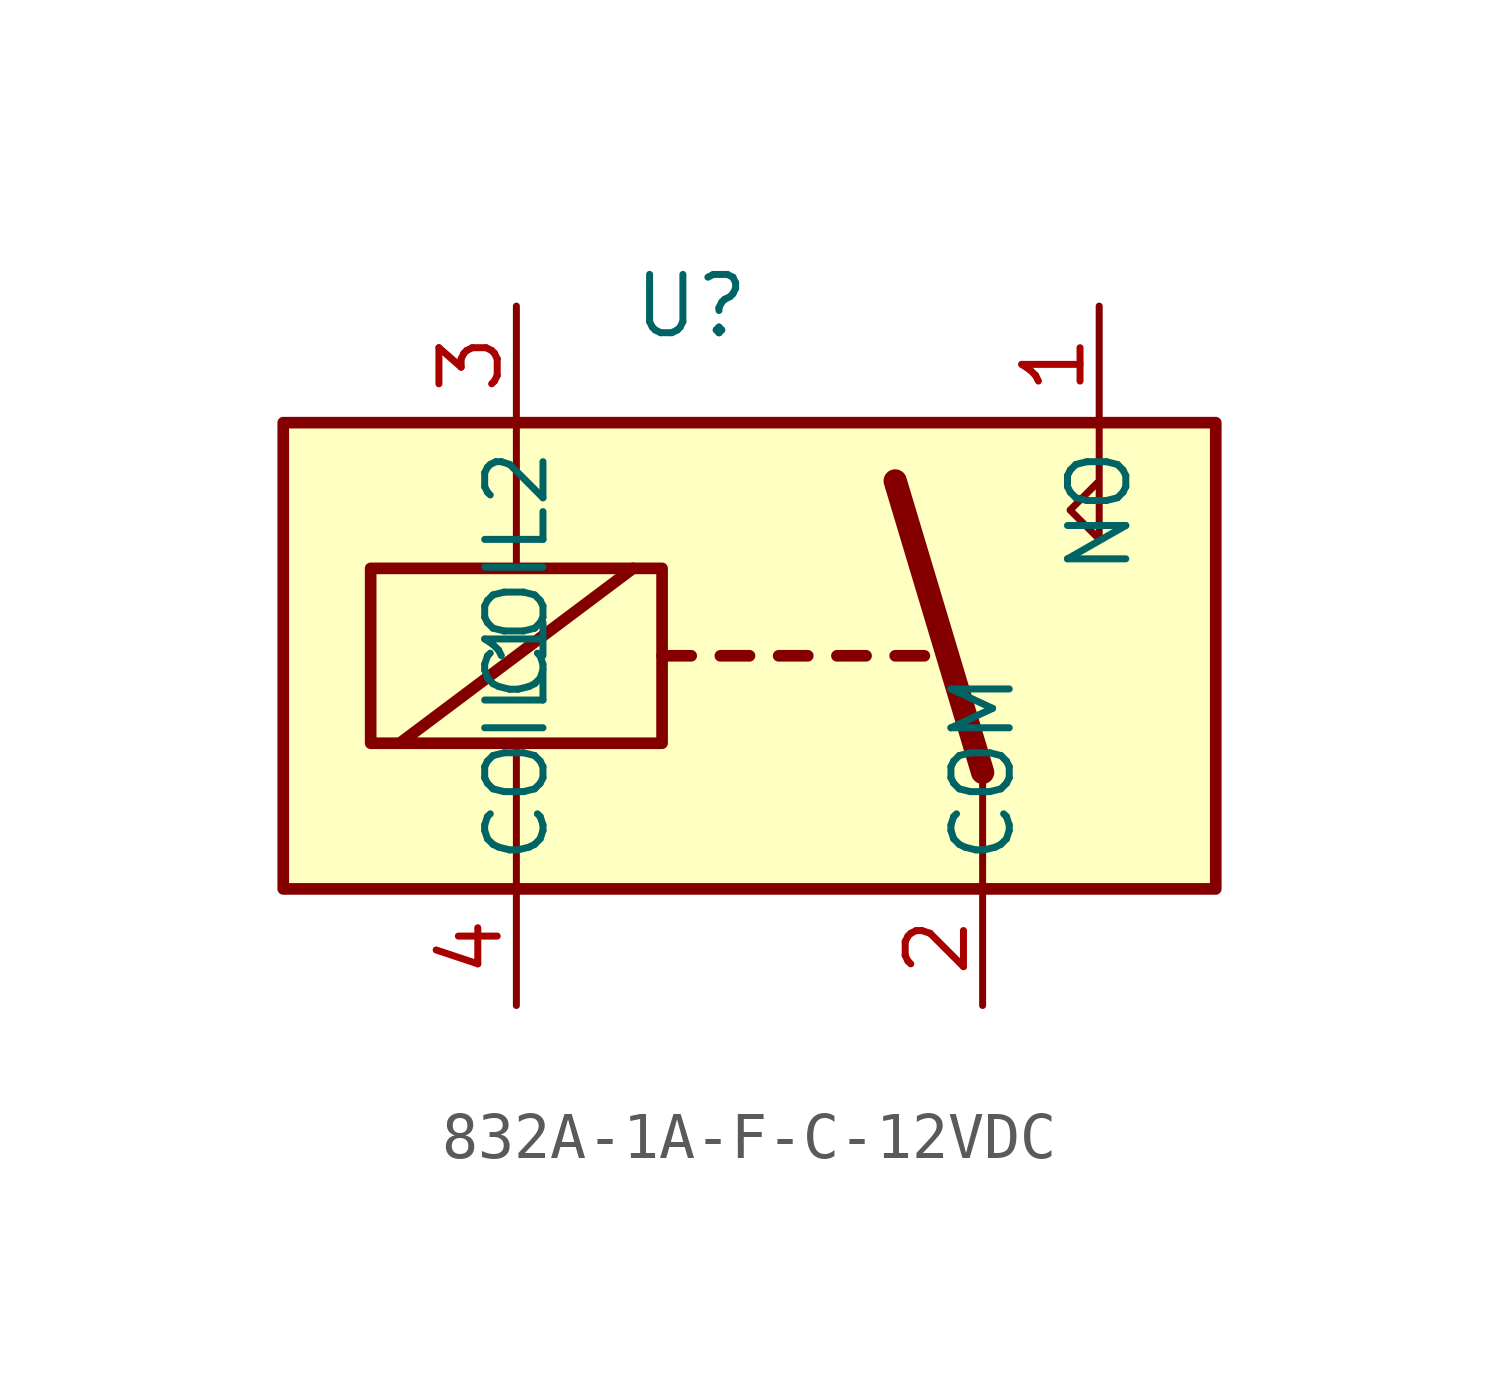
<source format=kicad_sym>
(kicad_symbol_lib
  (version 20220914)
  (generator kicad_symbol_editor)
  (symbol "832A-1A-F-C-12VDC"
    (property "Reference" "U"
      (at -1.27 7.62 0)
      (effects (font (size 1.27 1.27))))
    (property "Value" ""
      (at 0 0 0)
      (effects (font (size 1.27 1.27))))
    (symbol "832A-1A-F-C-12VDC_0_0"
      (polyline (pts (xy 7.62 5.08) (xy 7.62 2.54) (xy 6.985 3.175) (xy 7.62 3.81)) (stroke (width 0) (type default)) (fill (type none))))
    (symbol "832A-1A-F-C-12VDC_0_1"
      (rectangle (start -10.16 5.08) (end 10.16 -5.08) (stroke (width 0.254) (type default)) (fill (type background)))
      (rectangle (start -8.255 1.905) (end -1.905 -1.905) (stroke (width 0.254) (type default)) (fill (type none)))
      (polyline (pts (xy -7.62 -1.905) (xy -2.54 1.905)) (stroke (width 0.254) (type default)) (fill (type none)))
      (polyline (pts (xy -5.08 -5.08) (xy -5.08 -1.905)) (stroke (width 0) (type default)) (fill (type none)))
      (polyline (pts (xy -5.08 5.08) (xy -5.08 1.905)) (stroke (width 0) (type default)) (fill (type none)))
      (polyline (pts (xy -1.905 0) (xy -1.27 0)) (stroke (width 0.254) (type default)) (fill (type none)))
      (polyline (pts (xy -0.635 0) (xy 0 0)) (stroke (width 0.254) (type default)) (fill (type none)))
      (polyline (pts (xy 0.635 0) (xy 1.27 0)) (stroke (width 0.254) (type default)) (fill (type none)))
      (polyline (pts (xy 1.905 0) (xy 2.54 0)) (stroke (width 0.254) (type default)) (fill (type none)))
      (polyline (pts (xy 3.175 0) (xy 3.81 0)) (stroke (width 0.254) (type default)) (fill (type none)))
      (polyline (pts (xy 5.08 -2.54) (xy 3.175 3.81)) (stroke (width 0.508) (type default)) (fill (type none)))
      (polyline (pts (xy 5.08 -2.54) (xy 5.08 -5.08)) (stroke (width 0) (type default)) (fill (type none))))
    (symbol "832A-1A-F-C-12VDC_1_1"
      (pin passive line (at 7.62 7.62 270) (length 2.54) (name "NO" (effects (font (size 1.27 1.27)))) (number "1" (effects (font (size 1.27 1.27)))))
      (pin passive line (at 5.08 -7.62 90) (length 2.54) (name "COM" (effects (font (size 1.27 1.27)))) (number "2" (effects (font (size 1.27 1.27)))))
      (pin passive line (at -5.08 7.62 270) (length 2.54) (name "COIL2" (effects (font (size 1.27 1.27)))) (number "3" (effects (font (size 1.27 1.27)))))
      (pin passive line (at -5.08 -7.62 90) (length 2.54) (name "COIL1" (effects (font (size 1.27 1.27)))) (number "4" (effects (font (size 1.27 1.27))))))))
</source>
